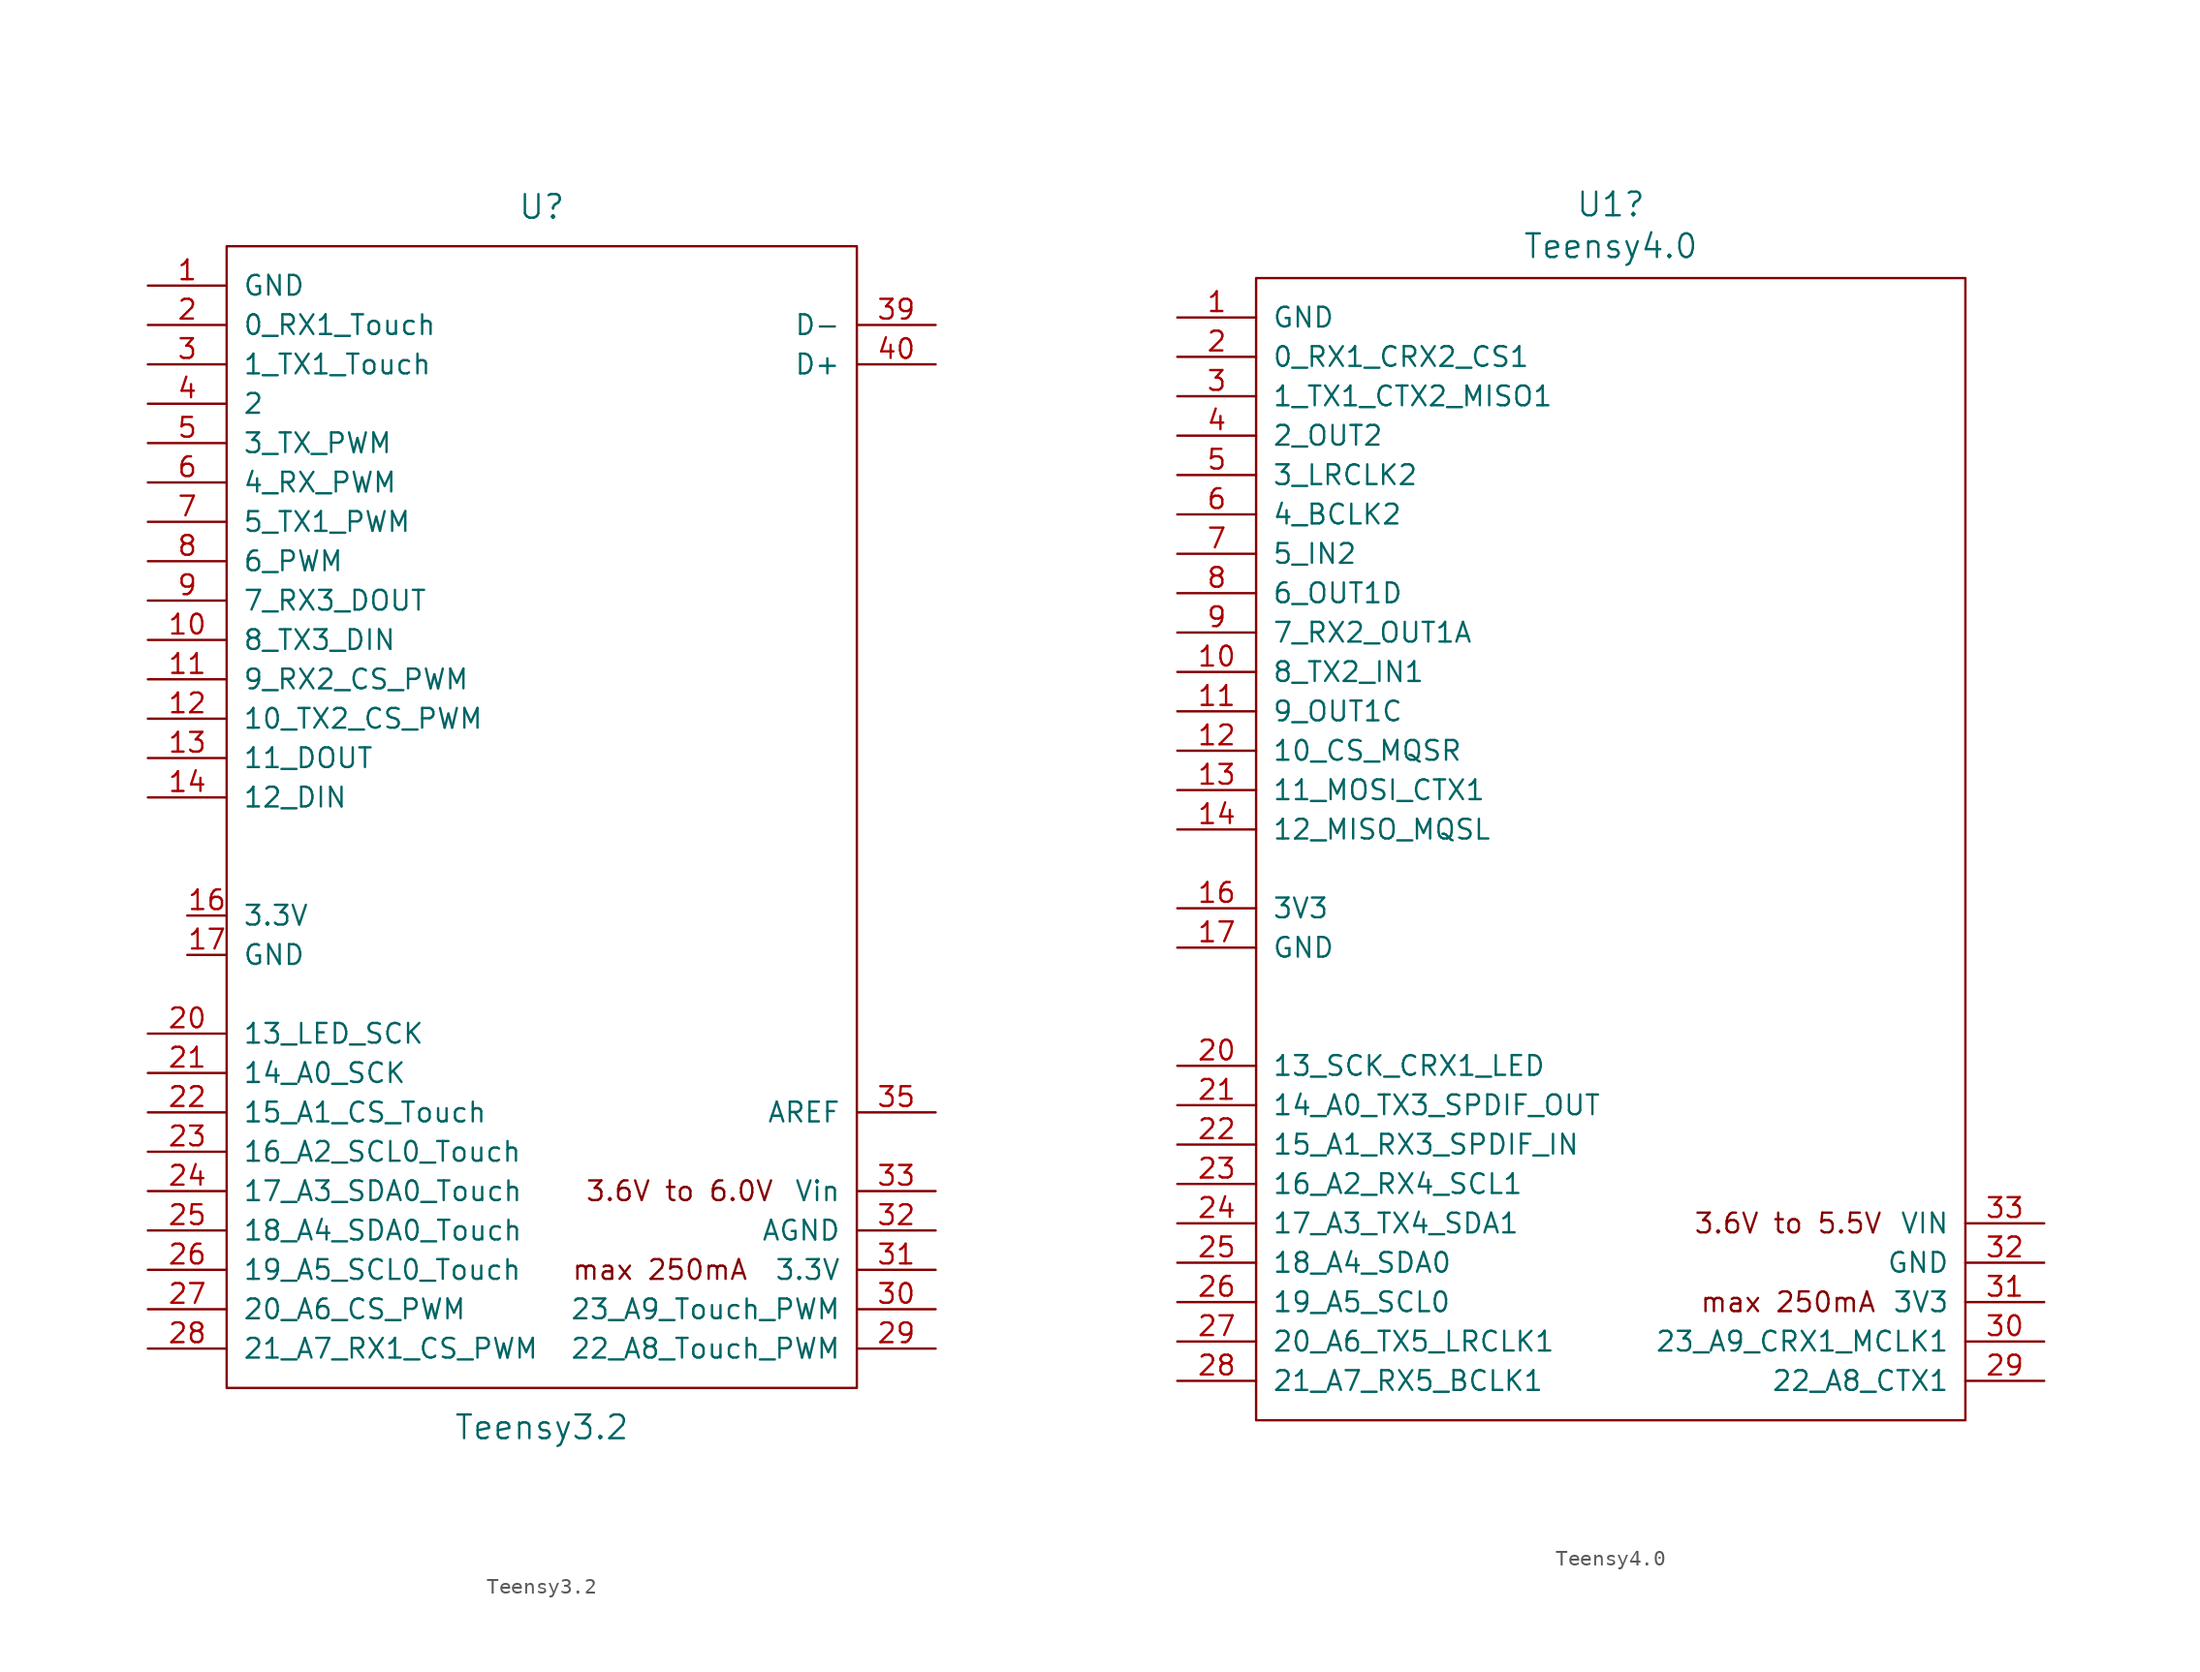
<source format=kicad_sym>
(kicad_symbol_lib
  (version 20211014)
  (generator kicad_symbol_editor)
  (symbol "Teensy3.2"
    (pin_names
      (offset 1.016))
    (property "Reference" "U"
      (at 0 39.37 0)
      (effects (font (size 1.524 1.524))))
    (property "Value" "Teensy3.2"
      (at 0 -39.37 0)
      (effects (font (size 1.524 1.524))))
    (property "Footprint" ""
      (at 0 -19.05 0)
      (effects (font (size 1.524 1.524))))
    (property "Datasheet" ""
      (at 0 -19.05 0)
      (effects (font (size 1.524 1.524))))
    (symbol "Teensy3.2_0_0"
      (text "3.6V to 6.0V" (at 8.89 -24.13 0) (effects (font (size 1.27 1.27))))
      (text "max 250mA" (at 7.62 -29.21 0) (effects (font (size 1.27 1.27)))))
    (symbol "Teensy3.2_0_1"
      (rectangle (start -20.32 -36.83) (end 20.32 36.83) (stroke (width 0) (type default) (color 0 0 0 0)) (fill (type none))))
    (symbol "Teensy3.2_1_1"
      (pin power_in line (at -25.4 34.29 0) (length 5.08) (name "GND" (effects (font (size 1.27 1.27)))) (number "1" (effects (font (size 1.27 1.27)))))
      (pin bidirectional line (at -25.4 11.43 0) (length 5.08) (name "8_TX3_DIN" (effects (font (size 1.27 1.27)))) (number "10" (effects (font (size 1.27 1.27)))))
      (pin bidirectional line (at -25.4 8.89 0) (length 5.08) (name "9_RX2_CS_PWM" (effects (font (size 1.27 1.27)))) (number "11" (effects (font (size 1.27 1.27)))))
      (pin bidirectional line (at -25.4 6.35 0) (length 5.08) (name "10_TX2_CS_PWM" (effects (font (size 1.27 1.27)))) (number "12" (effects (font (size 1.27 1.27)))))
      (pin bidirectional line (at -25.4 3.81 0) (length 5.08) (name "11_DOUT" (effects (font (size 1.27 1.27)))) (number "13" (effects (font (size 1.27 1.27)))))
      (pin bidirectional line (at -25.4 1.27 0) (length 5.08) (name "12_DIN" (effects (font (size 1.27 1.27)))) (number "14" (effects (font (size 1.27 1.27)))))
      (pin power_in line (at -22.86 -6.35 0) (length 2.54) (name "3.3V" (effects (font (size 1.27 1.27)))) (number "16" (effects (font (size 1.27 1.27)))))
      (pin power_in line (at -22.86 -8.89 0) (length 2.54) (name "GND" (effects (font (size 1.27 1.27)))) (number "17" (effects (font (size 1.27 1.27)))))
      (pin bidirectional line (at -25.4 31.75 0) (length 5.08) (name "0_RX1_Touch" (effects (font (size 1.27 1.27)))) (number "2" (effects (font (size 1.27 1.27)))))
      (pin bidirectional line (at -25.4 -13.97 0) (length 5.08) (name "13_LED_SCK" (effects (font (size 1.27 1.27)))) (number "20" (effects (font (size 1.27 1.27)))))
      (pin bidirectional line (at -25.4 -16.51 0) (length 5.08) (name "14_A0_SCK" (effects (font (size 1.27 1.27)))) (number "21" (effects (font (size 1.27 1.27)))))
      (pin bidirectional line (at -25.4 -19.05 0) (length 5.08) (name "15_A1_CS_Touch" (effects (font (size 1.27 1.27)))) (number "22" (effects (font (size 1.27 1.27)))))
      (pin bidirectional line (at -25.4 -21.59 0) (length 5.08) (name "16_A2_SCL0_Touch" (effects (font (size 1.27 1.27)))) (number "23" (effects (font (size 1.27 1.27)))))
      (pin bidirectional line (at -25.4 -24.13 0) (length 5.08) (name "17_A3_SDA0_Touch" (effects (font (size 1.27 1.27)))) (number "24" (effects (font (size 1.27 1.27)))))
      (pin bidirectional line (at -25.4 -26.67 0) (length 5.08) (name "18_A4_SDA0_Touch" (effects (font (size 1.27 1.27)))) (number "25" (effects (font (size 1.27 1.27)))))
      (pin bidirectional line (at -25.4 -29.21 0) (length 5.08) (name "19_A5_SCL0_Touch" (effects (font (size 1.27 1.27)))) (number "26" (effects (font (size 1.27 1.27)))))
      (pin bidirectional line (at -25.4 -31.75 0) (length 5.08) (name "20_A6_CS_PWM" (effects (font (size 1.27 1.27)))) (number "27" (effects (font (size 1.27 1.27)))))
      (pin bidirectional line (at -25.4 -34.29 0) (length 5.08) (name "21_A7_RX1_CS_PWM" (effects (font (size 1.27 1.27)))) (number "28" (effects (font (size 1.27 1.27)))))
      (pin bidirectional line (at 25.4 -34.29 180) (length 5.08) (name "22_A8_Touch_PWM" (effects (font (size 1.27 1.27)))) (number "29" (effects (font (size 1.27 1.27)))))
      (pin bidirectional line (at -25.4 29.21 0) (length 5.08) (name "1_TX1_Touch" (effects (font (size 1.27 1.27)))) (number "3" (effects (font (size 1.27 1.27)))))
      (pin bidirectional line (at 25.4 -31.75 180) (length 5.08) (name "23_A9_Touch_PWM" (effects (font (size 1.27 1.27)))) (number "30" (effects (font (size 1.27 1.27)))))
      (pin power_out line (at 25.4 -29.21 180) (length 5.08) (name "3.3V" (effects (font (size 1.27 1.27)))) (number "31" (effects (font (size 1.27 1.27)))))
      (pin power_out line (at 25.4 -26.67 180) (length 5.08) (name "AGND" (effects (font (size 1.27 1.27)))) (number "32" (effects (font (size 1.27 1.27)))))
      (pin power_in line (at 25.4 -24.13 180) (length 5.08) (name "Vin" (effects (font (size 1.27 1.27)))) (number "33" (effects (font (size 1.27 1.27)))))
      (pin input line (at 25.4 -19.05 180) (length 5.08) (name "AREF" (effects (font (size 1.27 1.27)))) (number "35" (effects (font (size 1.27 1.27)))))
      (pin bidirectional line (at 25.4 31.75 180) (length 5.08) (name "D-" (effects (font (size 1.27 1.27)))) (number "39" (effects (font (size 1.27 1.27)))))
      (pin bidirectional line (at -25.4 26.67 0) (length 5.08) (name "2" (effects (font (size 1.27 1.27)))) (number "4" (effects (font (size 1.27 1.27)))))
      (pin bidirectional line (at 25.4 29.21 180) (length 5.08) (name "D+" (effects (font (size 1.27 1.27)))) (number "40" (effects (font (size 1.27 1.27)))))
      (pin bidirectional line (at -25.4 24.13 0) (length 5.08) (name "3_TX_PWM" (effects (font (size 1.27 1.27)))) (number "5" (effects (font (size 1.27 1.27)))))
      (pin bidirectional line (at -25.4 21.59 0) (length 5.08) (name "4_RX_PWM" (effects (font (size 1.27 1.27)))) (number "6" (effects (font (size 1.27 1.27)))))
      (pin bidirectional line (at -25.4 19.05 0) (length 5.08) (name "5_TX1_PWM" (effects (font (size 1.27 1.27)))) (number "7" (effects (font (size 1.27 1.27)))))
      (pin bidirectional line (at -25.4 16.51 0) (length 5.08) (name "6_PWM" (effects (font (size 1.27 1.27)))) (number "8" (effects (font (size 1.27 1.27)))))
      (pin bidirectional line (at -25.4 13.97 0) (length 5.08) (name "7_RX3_DOUT" (effects (font (size 1.27 1.27)))) (number "9" (effects (font (size 1.27 1.27)))))))
  (symbol "Teensy4.0"
    (pin_names
      (offset 1.016))
    (property "Reference" "U1"
      (at 0 41.58 0)
      (effects (font (size 1.524 1.524))))
    (property "Value" "Teensy4.0"
      (at 0 38.887 0)
      (effects (font (size 1.524 1.524))))
    (symbol "Teensy4.0_0_0"
      (text "3.6V to 5.5V" (at 11.43 -24.13 0) (effects (font (size 1.27 1.27))))
      (text "max 250mA" (at 11.43 -29.21 0) (effects (font (size 1.27 1.27))))
      (pin bidirectional line (at -27.94 11.43 0) (length 5.08) (name "8_TX2_IN1" (effects (font (size 1.27 1.27)))) (number "10" (effects (font (size 1.27 1.27)))))
      (pin bidirectional line (at -27.94 8.89 0) (length 5.08) (name "9_OUT1C" (effects (font (size 1.27 1.27)))) (number "11" (effects (font (size 1.27 1.27)))))
      (pin bidirectional line (at -27.94 6.35 0) (length 5.08) (name "10_CS_MQSR" (effects (font (size 1.27 1.27)))) (number "12" (effects (font (size 1.27 1.27)))))
      (pin bidirectional line (at -27.94 3.81 0) (length 5.08) (name "11_MOSI_CTX1" (effects (font (size 1.27 1.27)))) (number "13" (effects (font (size 1.27 1.27)))))
      (pin bidirectional line (at -27.94 1.27 0) (length 5.08) (name "12_MISO_MQSL" (effects (font (size 1.27 1.27)))) (number "14" (effects (font (size 1.27 1.27)))))
      (pin power_in line (at -27.94 -3.81 0) (length 5.08) (name "3V3" (effects (font (size 1.27 1.27)))) (number "16" (effects (font (size 1.27 1.27)))))
      (pin power_in line (at -27.94 -6.35 0) (length 5.08) (name "GND" (effects (font (size 1.27 1.27)))) (number "17" (effects (font (size 1.27 1.27)))))
      (pin bidirectional line (at -27.94 -13.97 0) (length 5.08) (name "13_SCK_CRX1_LED" (effects (font (size 1.27 1.27)))) (number "20" (effects (font (size 1.27 1.27)))))
      (pin bidirectional line (at -27.94 -16.51 0) (length 5.08) (name "14_A0_TX3_SPDIF_OUT" (effects (font (size 1.27 1.27)))) (number "21" (effects (font (size 1.27 1.27)))))
      (pin bidirectional line (at -27.94 -19.05 0) (length 5.08) (name "15_A1_RX3_SPDIF_IN" (effects (font (size 1.27 1.27)))) (number "22" (effects (font (size 1.27 1.27)))))
      (pin bidirectional line (at -27.94 -21.59 0) (length 5.08) (name "16_A2_RX4_SCL1" (effects (font (size 1.27 1.27)))) (number "23" (effects (font (size 1.27 1.27)))))
      (pin bidirectional line (at -27.94 -24.13 0) (length 5.08) (name "17_A3_TX4_SDA1" (effects (font (size 1.27 1.27)))) (number "24" (effects (font (size 1.27 1.27)))))
      (pin bidirectional line (at -27.94 -26.67 0) (length 5.08) (name "18_A4_SDA0" (effects (font (size 1.27 1.27)))) (number "25" (effects (font (size 1.27 1.27)))))
      (pin bidirectional line (at -27.94 -29.21 0) (length 5.08) (name "19_A5_SCL0" (effects (font (size 1.27 1.27)))) (number "26" (effects (font (size 1.27 1.27)))))
      (pin bidirectional line (at -27.94 -31.75 0) (length 5.08) (name "20_A6_TX5_LRCLK1" (effects (font (size 1.27 1.27)))) (number "27" (effects (font (size 1.27 1.27)))))
      (pin bidirectional line (at -27.94 -34.29 0) (length 5.08) (name "21_A7_RX5_BCLK1" (effects (font (size 1.27 1.27)))) (number "28" (effects (font (size 1.27 1.27)))))
      (pin bidirectional line (at 27.94 -34.29 180) (length 5.08) (name "22_A8_CTX1" (effects (font (size 1.27 1.27)))) (number "29" (effects (font (size 1.27 1.27)))))
      (pin bidirectional line (at 27.94 -31.75 180) (length 5.08) (name "23_A9_CRX1_MCLK1" (effects (font (size 1.27 1.27)))) (number "30" (effects (font (size 1.27 1.27)))))
      (pin power_out line (at 27.94 -29.21 180) (length 5.08) (name "3V3" (effects (font (size 1.27 1.27)))) (number "31" (effects (font (size 1.27 1.27)))))
      (pin power_in line (at 27.94 -26.67 180) (length 5.08) (name "GND" (effects (font (size 1.27 1.27)))) (number "32" (effects (font (size 1.27 1.27)))))
      (pin power_in line (at 27.94 -24.13 180) (length 5.08) (name "VIN" (effects (font (size 1.27 1.27)))) (number "33" (effects (font (size 1.27 1.27)))))
      (pin bidirectional line (at -27.94 24.13 0) (length 5.08) (name "3_LRCLK2" (effects (font (size 1.27 1.27)))) (number "5" (effects (font (size 1.27 1.27)))))
      (pin bidirectional line (at -27.94 21.59 0) (length 5.08) (name "4_BCLK2" (effects (font (size 1.27 1.27)))) (number "6" (effects (font (size 1.27 1.27)))))
      (pin bidirectional line (at -27.94 19.05 0) (length 5.08) (name "5_IN2" (effects (font (size 1.27 1.27)))) (number "7" (effects (font (size 1.27 1.27)))))
      (pin bidirectional line (at -27.94 16.51 0) (length 5.08) (name "6_OUT1D" (effects (font (size 1.27 1.27)))) (number "8" (effects (font (size 1.27 1.27)))))
      (pin bidirectional line (at -27.94 13.97 0) (length 5.08) (name "7_RX2_OUT1A" (effects (font (size 1.27 1.27)))) (number "9" (effects (font (size 1.27 1.27))))))
    (symbol "Teensy4.0_0_1"
      (rectangle (start -22.86 36.83) (end 22.86 -36.83) (stroke (width 0) (type default) (color 0 0 0 0)) (fill (type none)))
      (rectangle (start -20.32 -31.75) (end -20.32 -31.75) (stroke (width 0) (type default) (color 0 0 0 0)) (fill (type none))))
    (symbol "Teensy4.0_1_1"
      (pin power_in line (at -27.94 34.29 0) (length 5.08) (name "GND" (effects (font (size 1.27 1.27)))) (number "1" (effects (font (size 1.27 1.27)))))
      (pin bidirectional line (at -27.94 31.75 0) (length 5.08) (name "0_RX1_CRX2_CS1" (effects (font (size 1.27 1.27)))) (number "2" (effects (font (size 1.27 1.27)))))
      (pin bidirectional line (at -27.94 29.21 0) (length 5.08) (name "1_TX1_CTX2_MISO1" (effects (font (size 1.27 1.27)))) (number "3" (effects (font (size 1.27 1.27)))))
      (pin bidirectional line (at -27.94 26.67 0) (length 5.08) (name "2_OUT2" (effects (font (size 1.27 1.27)))) (number "4" (effects (font (size 1.27 1.27))))))))
</source>
